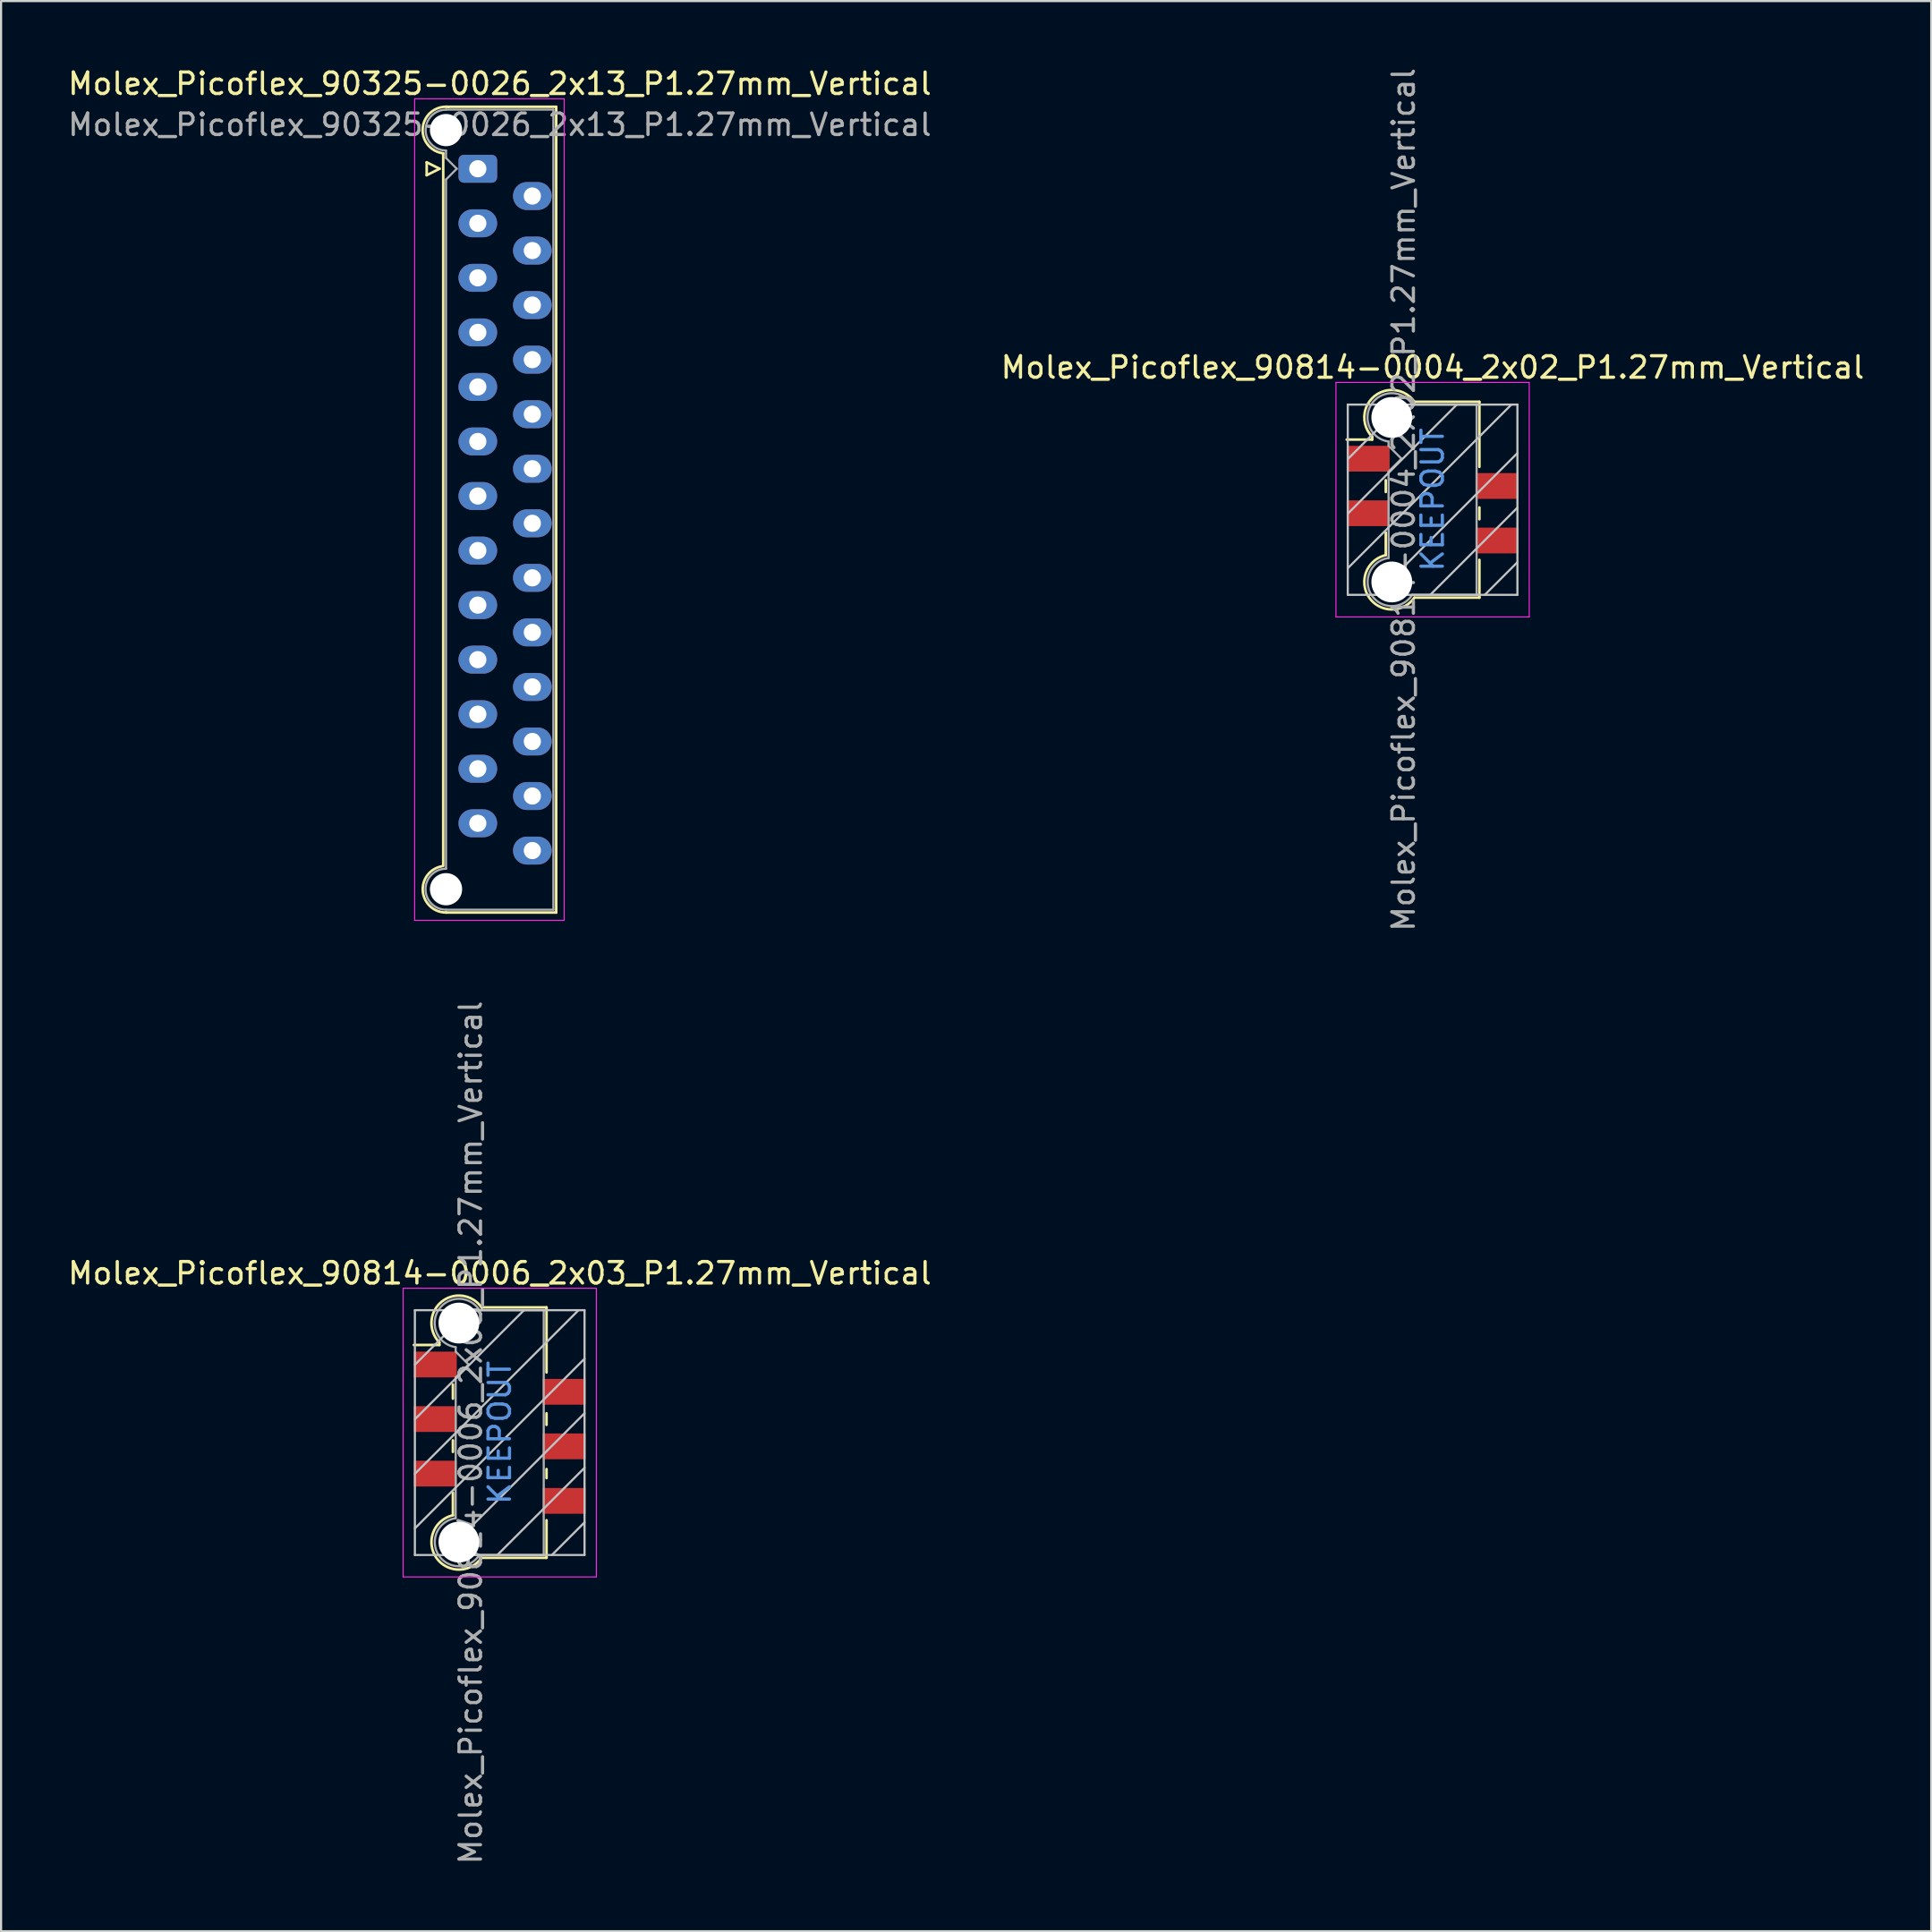
<source format=kicad_pcb>
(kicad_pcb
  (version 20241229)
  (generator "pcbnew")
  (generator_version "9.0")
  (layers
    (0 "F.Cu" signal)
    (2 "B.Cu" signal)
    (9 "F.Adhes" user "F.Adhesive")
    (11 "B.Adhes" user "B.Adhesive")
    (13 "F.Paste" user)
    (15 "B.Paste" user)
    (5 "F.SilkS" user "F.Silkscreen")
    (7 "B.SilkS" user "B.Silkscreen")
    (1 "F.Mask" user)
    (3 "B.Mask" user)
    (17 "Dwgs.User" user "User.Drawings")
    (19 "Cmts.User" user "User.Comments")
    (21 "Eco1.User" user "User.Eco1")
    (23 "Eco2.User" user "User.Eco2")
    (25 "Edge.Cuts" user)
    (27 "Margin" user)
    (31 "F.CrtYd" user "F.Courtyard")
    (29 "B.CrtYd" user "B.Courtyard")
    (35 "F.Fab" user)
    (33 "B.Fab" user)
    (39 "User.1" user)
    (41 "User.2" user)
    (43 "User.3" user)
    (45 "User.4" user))
  (footprint "Molex_Picoflex_90325-0026_2x13_P1.27mm_Vertical"
    (layer "F.Cu")
    (at 19.2 4.808)
    (property "Reference" "Molex_Picoflex_90325-0026_2x13_P1.27mm_Vertical" (at 1.02 -3.96 0) (layer "F.SilkS") (effects (font (size 1 1) (thickness 0.15))))
    (attr through_hole)
    (fp_line (start -2.38 -0.3) (end -2.38 0.3) (stroke (width 0.12) (type solid)) (layer "F.SilkS"))
    (fp_line (start -2.38 0.3) (end -1.78 0) (stroke (width 0.12) (type solid)) (layer "F.SilkS"))
    (fp_line (start -1.78 0) (end -2.38 -0.3) (stroke (width 0.12) (type solid)) (layer "F.SilkS"))
    (fp_line (start -1.61 -0.715) (end -1.61 32.465) (stroke (width 0.12) (type solid)) (layer "F.SilkS"))
    (fp_line (start -1.48 -2.885) (end 3.65 -2.885) (stroke (width 0.12) (type solid)) (layer "F.SilkS"))
    (fp_line (start 3.65 -2.885) (end 3.65 34.635) (stroke (width 0.12) (type solid)) (layer "F.SilkS"))
    (fp_line (start 3.65 34.635) (end -1.48 34.635) (stroke (width 0.12) (type solid)) (layer "F.SilkS"))
    (fp_arc (start -1.61 -0.72) (mid -2.56 -1.93) (end -1.35 -2.88) (stroke (width 0.12) (type solid)) (layer "F.SilkS"))
    (fp_arc (start -1.47 34.635) (mid -2.56 33.654526) (end -1.678256 32.48322) (stroke (width 0.12) (type solid)) (layer "F.SilkS"))
    (fp_line (start -2.94 -3.26) (end -2.94 35) (stroke (width 0.05) (type solid)) (layer "F.CrtYd"))
    (fp_line (start -2.94 35) (end 4.02 35) (stroke (width 0.05) (type solid)) (layer "F.CrtYd"))
    (fp_line (start 4.02 -3.26) (end -2.94 -3.26) (stroke (width 0.05) (type solid)) (layer "F.CrtYd"))
    (fp_line (start 4.02 35) (end 4.02 -3.26) (stroke (width 0.05) (type solid)) (layer "F.CrtYd"))
    (fp_line (start -1.48 -2.755) (end 3.52 -2.755) (stroke (width 0.1) (type solid)) (layer "F.Fab"))
    (fp_line (start -1.48 -0.845) (end -1.48 -0.5) (stroke (width 0.1) (type solid)) (layer "F.Fab"))
    (fp_line (start -1.48 -0.5) (end -0.98 0) (stroke (width 0.1) (type solid)) (layer "F.Fab"))
    (fp_line (start -1.48 0.5) (end -1.48 32.595) (stroke (width 0.1) (type solid)) (layer "F.Fab"))
    (fp_line (start -0.98 0) (end -1.48 0.5) (stroke (width 0.1) (type solid)) (layer "F.Fab"))
    (fp_line (start 3.52 -2.755) (end 3.52 34.505) (stroke (width 0.1) (type solid)) (layer "F.Fab"))
    (fp_line (start 3.52 34.505) (end -1.48 34.505) (stroke (width 0.1) (type solid)) (layer "F.Fab"))
    (fp_arc (start -1.48 -0.85) (mid -2.43 -1.8) (end -1.48 -2.75) (stroke (width 0.1) (type solid)) (layer "F.Fab"))
    (fp_arc (start -1.48 34.505) (mid -2.435 33.55) (end -1.48 32.595) (stroke (width 0.1) (type solid)) (layer "F.Fab"))
    (fp_text user "${REFERENCE}" (at 1.02 -2.05 0) (layer "F.Fab") (effects (font (size 1 1) (thickness 0.15))))
    (pad "" np_thru_hole circle (at -1.48 -1.8) (size 1.5 1.5) (drill 1.5) (layers "*.Cu" "*.Mask"))
    (pad "" np_thru_hole circle (at -1.48 33.55) (size 1.5 1.5) (drill 1.5) (layers "*.Cu" "*.Mask"))
    (pad "1" thru_hole roundrect (at 0 0) (size 1.8 1.3) (drill 0.8) (layers "*.Cu" "*.Mask") (roundrect_rratio 0.192))
    (pad "2" thru_hole oval (at 2.54 1.27) (size 1.8 1.3) (drill 0.8) (layers "*.Cu" "*.Mask"))
    (pad "3" thru_hole oval (at 0 2.54) (size 1.8 1.3) (drill 0.8) (layers "*.Cu" "*.Mask"))
    (pad "4" thru_hole oval (at 2.54 3.81) (size 1.8 1.3) (drill 0.8) (layers "*.Cu" "*.Mask"))
    (pad "5" thru_hole oval (at 0 5.08) (size 1.8 1.3) (drill 0.8) (layers "*.Cu" "*.Mask"))
    (pad "6" thru_hole oval (at 2.54 6.35) (size 1.8 1.3) (drill 0.8) (layers "*.Cu" "*.Mask"))
    (pad "7" thru_hole oval (at 0 7.62) (size 1.8 1.3) (drill 0.8) (layers "*.Cu" "*.Mask"))
    (pad "8" thru_hole oval (at 2.54 8.89) (size 1.8 1.3) (drill 0.8) (layers "*.Cu" "*.Mask"))
    (pad "9" thru_hole oval (at 0 10.16) (size 1.8 1.3) (drill 0.8) (layers "*.Cu" "*.Mask"))
    (pad "10" thru_hole oval (at 2.54 11.43) (size 1.8 1.3) (drill 0.8) (layers "*.Cu" "*.Mask"))
    (pad "11" thru_hole oval (at 0 12.7) (size 1.8 1.3) (drill 0.8) (layers "*.Cu" "*.Mask"))
    (pad "12" thru_hole oval (at 2.54 13.97) (size 1.8 1.3) (drill 0.8) (layers "*.Cu" "*.Mask"))
    (pad "13" thru_hole oval (at 0 15.24) (size 1.8 1.3) (drill 0.8) (layers "*.Cu" "*.Mask"))
    (pad "14" thru_hole oval (at 2.54 16.51) (size 1.8 1.3) (drill 0.8) (layers "*.Cu" "*.Mask"))
    (pad "15" thru_hole oval (at 0 17.78) (size 1.8 1.3) (drill 0.8) (layers "*.Cu" "*.Mask"))
    (pad "16" thru_hole oval (at 2.54 19.05) (size 1.8 1.3) (drill 0.8) (layers "*.Cu" "*.Mask"))
    (pad "17" thru_hole oval (at 0 20.32) (size 1.8 1.3) (drill 0.8) (layers "*.Cu" "*.Mask"))
    (pad "18" thru_hole oval (at 2.54 21.59) (size 1.8 1.3) (drill 0.8) (layers "*.Cu" "*.Mask"))
    (pad "19" thru_hole oval (at 0 22.86) (size 1.8 1.3) (drill 0.8) (layers "*.Cu" "*.Mask"))
    (pad "20" thru_hole oval (at 2.54 24.13) (size 1.8 1.3) (drill 0.8) (layers "*.Cu" "*.Mask"))
    (pad "21" thru_hole oval (at 0 25.4) (size 1.8 1.3) (drill 0.8) (layers "*.Cu" "*.Mask"))
    (pad "22" thru_hole oval (at 2.54 26.67) (size 1.8 1.3) (drill 0.8) (layers "*.Cu" "*.Mask"))
    (pad "23" thru_hole oval (at 0 27.94) (size 1.8 1.3) (drill 0.8) (layers "*.Cu" "*.Mask"))
    (pad "24" thru_hole oval (at 2.54 29.21) (size 1.8 1.3) (drill 0.8) (layers "*.Cu" "*.Mask"))
    (pad "25" thru_hole oval (at 0 30.48) (size 1.8 1.3) (drill 0.8) (layers "*.Cu" "*.Mask"))
    (pad "26" thru_hole oval (at 2.54 31.75) (size 1.8 1.3) (drill 0.8) (layers "*.Cu" "*.Mask")))
  (footprint "Molex_Picoflex_90814-0006_2x03_P1.27mm_Vertical"
    (layer "F.Cu")
    (at 20.22 63.661)
    (property "Reference" "Molex_Picoflex_90814-0006_2x03_P1.27mm_Vertical" (at 0 -7.42 0) (layer "F.SilkS") (effects (font (size 1 1) (thickness 0.15))))
    (attr smd)
    (fp_line (start -2.81 -4.2) (end -2.81 -4.08) (stroke (width 0.12) (type solid)) (layer "F.SilkS"))
    (fp_line (start -2.81 -4.08) (end -4 -4.08) (stroke (width 0.12) (type solid)) (layer "F.SilkS"))
    (fp_line (start -2.18 -1.58) (end -2.18 -2.24) (stroke (width 0.12) (type solid)) (layer "F.SilkS"))
    (fp_line (start -2.18 0.9) (end -2.18 0.36) (stroke (width 0.12) (type solid)) (layer "F.SilkS"))
    (fp_line (start -2.18 3.85) (end -2.18 2.8) (stroke (width 0.12) (type solid)) (layer "F.SilkS"))
    (fp_line (start 2.18 -5.83) (end -0.82 -5.83) (stroke (width 0.12) (type solid)) (layer "F.SilkS"))
    (fp_line (start 2.18 -5.83) (end 2.18 -2.8) (stroke (width 0.12) (type solid)) (layer "F.SilkS"))
    (fp_line (start 2.18 -0.9) (end 2.18 -0.36) (stroke (width 0.12) (type solid)) (layer "F.SilkS"))
    (fp_line (start 2.18 1.7) (end 2.18 2.12) (stroke (width 0.12) (type solid)) (layer "F.SilkS"))
    (fp_line (start 2.18 4.08) (end 2.18 5.83) (stroke (width 0.12) (type solid)) (layer "F.SilkS"))
    (fp_line (start 2.18 5.83) (end -0.85 5.83) (stroke (width 0.12) (type solid)) (layer "F.SilkS"))
    (fp_arc (start -2.81 -4.2) (mid -2.708637 -6.092072) (end -0.834991 -5.809828) (stroke (width 0.12) (type solid)) (layer "F.SilkS"))
    (fp_arc (start -0.85 5.83) (mid -2.962791 5.811248) (end -2.174424 3.850964) (stroke (width 0.12) (type solid)) (layer "F.SilkS"))
    (fp_line (start -3.95 -5.7) (end -3.95 5.7) (stroke (width 0.1) (type solid)) (layer "Dwgs.User"))
    (fp_line (start -3.95 -3.16) (end -1.41 -5.7) (stroke (width 0.1) (type solid)) (layer "Dwgs.User"))
    (fp_line (start -3.95 -0.62) (end 1.13 -5.7) (stroke (width 0.1) (type solid)) (layer "Dwgs.User"))
    (fp_line (start -3.95 1.92) (end 3.67 -5.7) (stroke (width 0.1) (type solid)) (layer "Dwgs.User"))
    (fp_line (start -3.95 4.46) (end 3.95 -3.44) (stroke (width 0.1) (type solid)) (layer "Dwgs.User"))
    (fp_line (start -3.95 5.7) (end 3.95 5.7) (stroke (width 0.1) (type solid)) (layer "Dwgs.User"))
    (fp_line (start -2.65 5.7) (end 3.95 -0.9) (stroke (width 0.1) (type solid)) (layer "Dwgs.User"))
    (fp_line (start -0.11 5.7) (end 3.95 1.64) (stroke (width 0.1) (type solid)) (layer "Dwgs.User"))
    (fp_line (start 2.43 5.7) (end 3.95 4.18) (stroke (width 0.1) (type solid)) (layer "Dwgs.User"))
    (fp_line (start 3.95 -5.7) (end -3.95 -5.7) (stroke (width 0.1) (type solid)) (layer "Dwgs.User"))
    (fp_line (start 3.95 5.7) (end 3.95 -5.7) (stroke (width 0.1) (type solid)) (layer "Dwgs.User"))
    (fp_line (start -4.5 -6.72) (end -4.5 6.72) (stroke (width 0.05) (type solid)) (layer "F.CrtYd"))
    (fp_line (start -4.5 6.72) (end 4.5 6.72) (stroke (width 0.05) (type solid)) (layer "F.CrtYd"))
    (fp_line (start 4.5 -6.72) (end -4.5 -6.72) (stroke (width 0.05) (type solid)) (layer "F.CrtYd"))
    (fp_line (start 4.5 6.72) (end 4.5 -6.72) (stroke (width 0.05) (type solid)) (layer "F.CrtYd"))
    (fp_line (start -2.05 -3.77) (end -2.05 -3.98) (stroke (width 0.1) (type solid)) (layer "F.Fab"))
    (fp_line (start -2.05 -2.57) (end -1.45 -3.17) (stroke (width 0.1) (type solid)) (layer "F.Fab"))
    (fp_line (start -2.05 3.98) (end -2.05 -2.57) (stroke (width 0.1) (type solid)) (layer "F.Fab"))
    (fp_line (start -1.45 -3.17) (end -2.05 -3.77) (stroke (width 0.1) (type solid)) (layer "F.Fab"))
    (fp_line (start 2.05 -5.7) (end -0.93 -5.7) (stroke (width 0.1) (type solid)) (layer "F.Fab"))
    (fp_line (start 2.05 -5.7) (end 2.05 5.7) (stroke (width 0.1) (type solid)) (layer "F.Fab"))
    (fp_line (start 2.05 5.7) (end -0.95 5.7) (stroke (width 0.1) (type solid)) (layer "F.Fab"))
    (fp_arc (start -2.05 -3.98) (mid -2.851672 -5.709279) (end -0.945612 -5.705015) (stroke (width 0.1) (type solid)) (layer "F.Fab"))
    (fp_arc (start -0.95 5.7) (mid -2.845272 5.707422) (end -2.051022 3.986585) (stroke (width 0.1) (type solid)) (layer "F.Fab"))
    (fp_text user "KEEPOUT" (at 0 0 90) (layer "Cmts.User") (effects (font (size 1 1) (thickness 0.15))))
    (fp_text user "${REFERENCE}" (at -1.35 0 90) (layer "F.Fab") (effects (font (size 1 1) (thickness 0.15))))
    (pad "" np_thru_hole circle (at -1.9 -5.1) (size 1.9 1.9) (drill 1.9) (layers "*.Cu" "*.Mask"))
    (pad "" np_thru_hole circle (at -1.9 5.1) (size 1.9 1.9) (drill 1.9) (layers "*.Cu" "*.Mask"))
    (pad "1" smd rect (at -3 -3.17) (size 2 1.2) (layers "F.Cu" "F.Mask" "F.Paste"))
    (pad "2" smd rect (at 3 -1.9) (size 2 1.2) (layers "F.Cu" "F.Mask" "F.Paste"))
    (pad "3" smd rect (at -3 -0.63) (size 2 1.2) (layers "F.Cu" "F.Mask" "F.Paste"))
    (pad "4" smd rect (at 3 0.64) (size 2 1.2) (layers "F.Cu" "F.Mask" "F.Paste"))
    (pad "5" smd rect (at -3 1.91) (size 2 1.2) (layers "F.Cu" "F.Mask" "F.Paste"))
    (pad "6" smd rect (at 3 3.18) (size 2 1.2) (layers "F.Cu" "F.Mask" "F.Paste")))
  (footprint "Molex_Picoflex_90814-0004_2x02_P1.27mm_Vertical"
    (layer "F.Cu")
    (at 63.661 20.22)
    (property "Reference" "Molex_Picoflex_90814-0004_2x02_P1.27mm_Vertical" (at 0 -6.16 0) (layer "F.SilkS") (effects (font (size 1 1) (thickness 0.15))))
    (attr smd)
    (fp_line (start -2.81 -2.93) (end -2.81 -2.8) (stroke (width 0.12) (type solid)) (layer "F.SilkS"))
    (fp_line (start -2.81 -2.8) (end -4 -2.8) (stroke (width 0.12) (type solid)) (layer "F.SilkS"))
    (fp_line (start -2.18 -0.36) (end -2.18 -0.91) (stroke (width 0.12) (type solid)) (layer "F.SilkS"))
    (fp_line (start -2.18 2.58) (end -2.18 1.53) (stroke (width 0.12) (type solid)) (layer "F.SilkS"))
    (fp_line (start 2.18 -4.56) (end -0.82 -4.56) (stroke (width 0.12) (type solid)) (layer "F.SilkS"))
    (fp_line (start 2.18 -4.56) (end 2.18 -1.53) (stroke (width 0.12) (type solid)) (layer "F.SilkS"))
    (fp_line (start 2.18 0.36) (end 2.18 0.91) (stroke (width 0.12) (type solid)) (layer "F.SilkS"))
    (fp_line (start 2.18 2.8) (end 2.18 4.56) (stroke (width 0.12) (type solid)) (layer "F.SilkS"))
    (fp_line (start 2.18 4.56) (end -0.85 4.56) (stroke (width 0.12) (type solid)) (layer "F.SilkS"))
    (fp_arc (start -2.81 -2.93) (mid -2.708637 -4.822072) (end -0.834991 -4.539828) (stroke (width 0.12) (type solid)) (layer "F.SilkS"))
    (fp_arc (start -0.85 4.56) (mid -2.962791 4.541248) (end -2.174424 2.580964) (stroke (width 0.12) (type solid)) (layer "F.SilkS"))
    (fp_line (start -3.95 -4.43) (end -3.95 4.43) (stroke (width 0.1) (type solid)) (layer "Dwgs.User"))
    (fp_line (start -3.95 -1.89) (end -1.41 -4.43) (stroke (width 0.1) (type solid)) (layer "Dwgs.User"))
    (fp_line (start -3.95 0.65) (end 1.13 -4.43) (stroke (width 0.1) (type solid)) (layer "Dwgs.User"))
    (fp_line (start -3.95 3.19) (end 3.67 -4.43) (stroke (width 0.1) (type solid)) (layer "Dwgs.User"))
    (fp_line (start -3.95 4.43) (end 3.95 4.43) (stroke (width 0.1) (type solid)) (layer "Dwgs.User"))
    (fp_line (start -2.65 4.43) (end 3.95 -2.17) (stroke (width 0.1) (type solid)) (layer "Dwgs.User"))
    (fp_line (start -0.11 4.43) (end 3.95 0.37) (stroke (width 0.1) (type solid)) (layer "Dwgs.User"))
    (fp_line (start 2.43 4.43) (end 3.95 2.91) (stroke (width 0.1) (type solid)) (layer "Dwgs.User"))
    (fp_line (start 3.95 -4.43) (end -3.95 -4.43) (stroke (width 0.1) (type solid)) (layer "Dwgs.User"))
    (fp_line (start 3.95 4.43) (end 3.95 -4.43) (stroke (width 0.1) (type solid)) (layer "Dwgs.User"))
    (fp_line (start -4.5 -5.46) (end -4.5 5.46) (stroke (width 0.05) (type solid)) (layer "F.CrtYd"))
    (fp_line (start -4.5 5.46) (end 4.5 5.46) (stroke (width 0.05) (type solid)) (layer "F.CrtYd"))
    (fp_line (start 4.5 -5.46) (end -4.5 -5.46) (stroke (width 0.05) (type solid)) (layer "F.CrtYd"))
    (fp_line (start 4.5 5.46) (end 4.5 -5.46) (stroke (width 0.05) (type solid)) (layer "F.CrtYd"))
    (fp_line (start -2.05 -2.51) (end -2.05 -2.71) (stroke (width 0.1) (type solid)) (layer "F.Fab"))
    (fp_line (start -2.05 -1.31) (end -1.45 -1.91) (stroke (width 0.1) (type solid)) (layer "F.Fab"))
    (fp_line (start -2.05 2.71) (end -2.05 -1.31) (stroke (width 0.1) (type solid)) (layer "F.Fab"))
    (fp_line (start -1.45 -1.91) (end -2.05 -2.51) (stroke (width 0.1) (type solid)) (layer "F.Fab"))
    (fp_line (start 2.05 -4.43) (end -0.93 -4.43) (stroke (width 0.1) (type solid)) (layer "F.Fab"))
    (fp_line (start 2.05 -4.43) (end 2.05 4.43) (stroke (width 0.1) (type solid)) (layer "F.Fab"))
    (fp_line (start 2.05 4.43) (end -0.95 4.43) (stroke (width 0.1) (type solid)) (layer "F.Fab"))
    (fp_arc (start -2.05 -2.71) (mid -2.851672 -4.439279) (end -0.945612 -4.435015) (stroke (width 0.1) (type solid)) (layer "F.Fab"))
    (fp_arc (start -0.95 4.43) (mid -2.845272 4.437422) (end -2.051022 2.716585) (stroke (width 0.1) (type solid)) (layer "F.Fab"))
    (fp_text user "KEEPOUT" (at 0 0 90) (layer "Cmts.User") (effects (font (size 1 1) (thickness 0.15))))
    (fp_text user "${REFERENCE}" (at -1.35 0 90) (layer "F.Fab") (effects (font (size 1 1) (thickness 0.15))))
    (pad "" np_thru_hole circle (at -1.9 -3.83) (size 1.9 1.9) (drill 1.9) (layers "*.Cu" "*.Mask"))
    (pad "" np_thru_hole circle (at -1.9 3.83) (size 1.9 1.9) (drill 1.9) (layers "*.Cu" "*.Mask"))
    (pad "1" smd rect (at -3 -1.91) (size 2 1.2) (layers "F.Cu" "F.Mask" "F.Paste"))
    (pad "2" smd rect (at 3 -0.64) (size 2 1.2) (layers "F.Cu" "F.Mask" "F.Paste"))
    (pad "3" smd rect (at -3 0.63) (size 2 1.2) (layers "F.Cu" "F.Mask" "F.Paste"))
    (pad "4" smd rect (at 3 1.9) (size 2 1.2) (layers "F.Cu" "F.Mask" "F.Paste")))
  (gr_rect
    (start -3 -3)
    (end 86.881 86.881)
    (stroke (width 0.1) (type default))
    (fill no)
    (layer "Edge.Cuts")))
</source>
